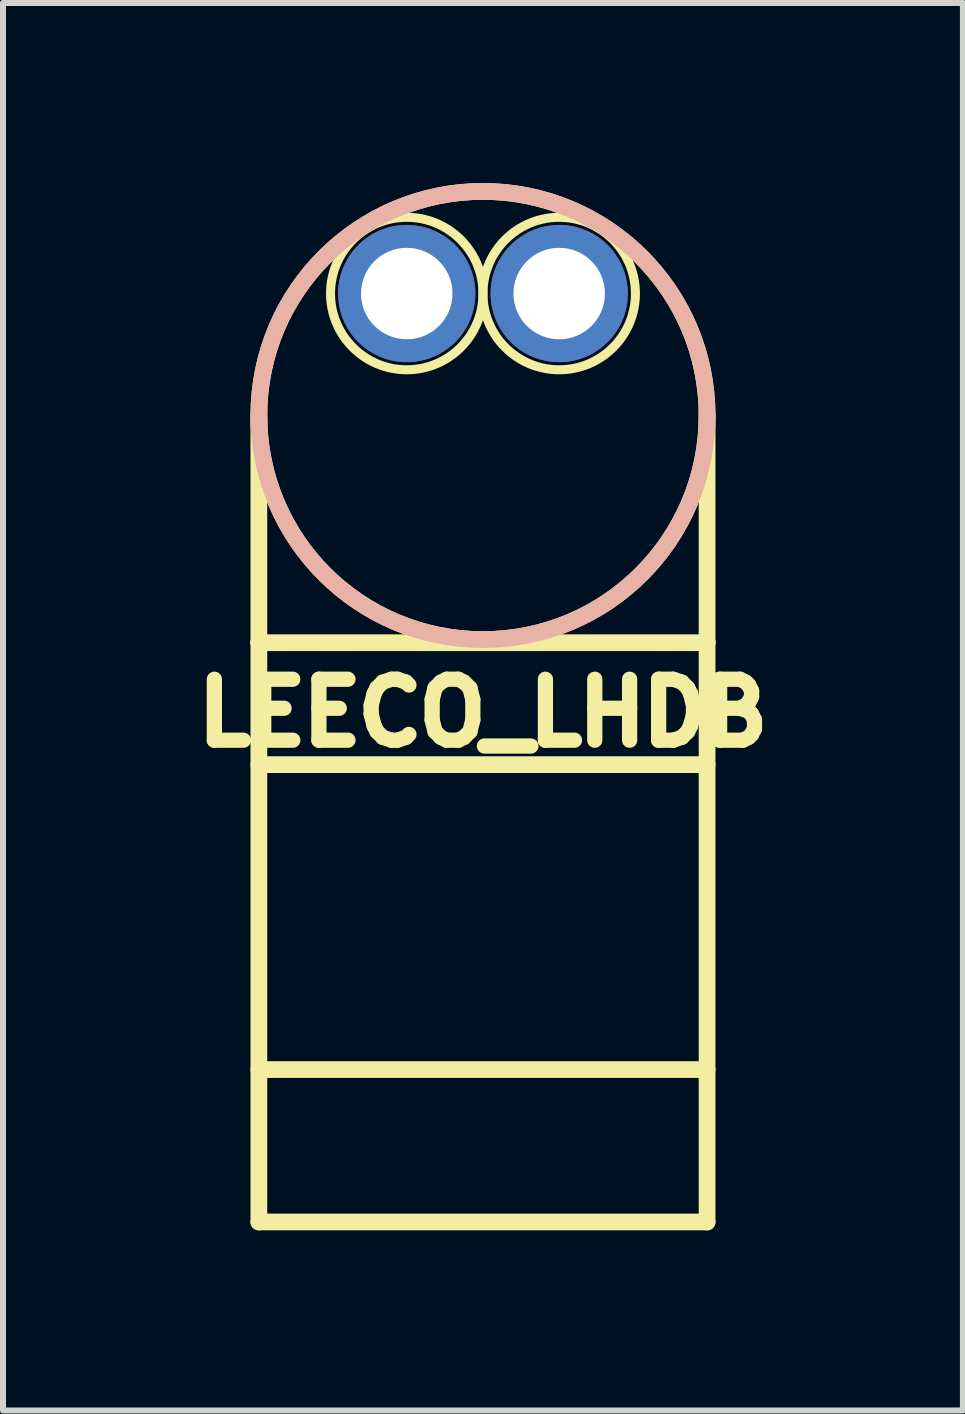
<source format=kicad_pcb>
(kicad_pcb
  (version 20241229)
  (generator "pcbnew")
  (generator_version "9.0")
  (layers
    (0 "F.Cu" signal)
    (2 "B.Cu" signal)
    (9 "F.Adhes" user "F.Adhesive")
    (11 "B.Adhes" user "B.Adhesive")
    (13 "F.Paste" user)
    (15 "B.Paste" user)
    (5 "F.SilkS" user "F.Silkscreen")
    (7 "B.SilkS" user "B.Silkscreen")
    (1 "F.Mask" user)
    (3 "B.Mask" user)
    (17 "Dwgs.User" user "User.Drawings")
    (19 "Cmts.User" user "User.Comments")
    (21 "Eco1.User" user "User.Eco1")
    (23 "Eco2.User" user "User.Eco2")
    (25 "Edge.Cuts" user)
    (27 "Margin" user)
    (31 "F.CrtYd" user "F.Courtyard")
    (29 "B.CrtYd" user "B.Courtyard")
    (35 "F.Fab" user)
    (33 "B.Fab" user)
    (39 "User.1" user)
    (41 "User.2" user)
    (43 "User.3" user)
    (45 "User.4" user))
  (footprint "LEECO_LHDB"
    (layer "F.Cu")
    (at 4.997 1.841)
    (property "Reference" "LEECO_LHDB" (at 0 6.985 0) (layer "F.SilkS") (effects (font (size 1.016 1.016) (thickness 0.254))))
    (attr through_hole)
    (fp_line (start -3.734 2.032) (end -3.734 5.817) (stroke (width 0.279) (type solid)) (layer "F.SilkS"))
    (fp_line (start -3.734 5.817) (end 3.734 5.817) (stroke (width 0.279) (type solid)) (layer "F.SilkS"))
    (fp_line (start -3.734 7.849) (end 3.734 7.849) (stroke (width 0.279) (type solid)) (layer "F.SilkS"))
    (fp_line (start -3.734 12.929) (end 3.734 12.929) (stroke (width 0.279) (type solid)) (layer "F.SilkS"))
    (fp_line (start -3.734 15.469) (end -3.734 5.817) (stroke (width 0.279) (type solid)) (layer "F.SilkS"))
    (fp_line (start -3.734 15.469) (end 3.734 15.469) (stroke (width 0.279) (type solid)) (layer "F.SilkS"))
    (fp_line (start 3.734 5.817) (end 3.734 2.032) (stroke (width 0.279) (type solid)) (layer "F.SilkS"))
    (fp_line (start 3.734 15.469) (end 3.734 5.817) (stroke (width 0.279) (type solid)) (layer "F.SilkS"))
    (fp_circle (center -1.27 0) (end -1.27 -1.27) (stroke (width 0.15) (type solid)) (fill no) (layer "F.SilkS"))
    (fp_circle (center 0 2.032) (end 3.734 2.032) (stroke (width 0.279) (type solid)) (fill no) (layer "F.SilkS"))
    (fp_circle (center 1.27 0) (end 1.27 -1.27) (stroke (width 0.15) (type solid)) (fill no) (layer "F.SilkS"))
    (fp_circle (center 0 2.032) (end 3.734 2.032) (stroke (width 0.279) (type solid)) (fill no) (layer "B.SilkS"))
    (pad "1" thru_hole circle (at -1.27 0) (size 2.286 2.286) (drill 1.524) (layers "*.Cu" "*.Mask"))
    (pad "2" thru_hole circle (at 1.27 0) (size 2.286 2.286) (drill 1.524) (layers "*.Cu" "*.Mask")))
  (gr_rect
    (start -3 -3)
    (end 12.993 20.45)
    (stroke (width 0.1) (type default))
    (fill no)
    (layer "Edge.Cuts")))
</source>
